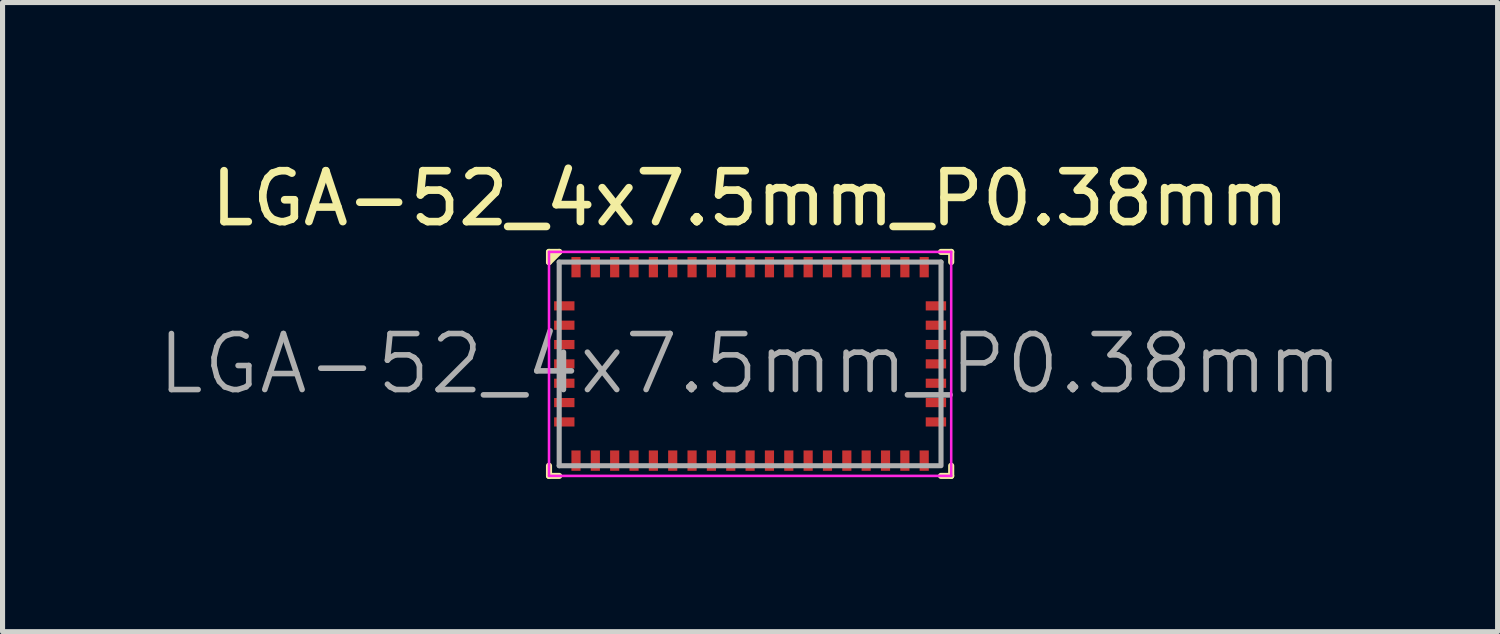
<source format=kicad_pcb>
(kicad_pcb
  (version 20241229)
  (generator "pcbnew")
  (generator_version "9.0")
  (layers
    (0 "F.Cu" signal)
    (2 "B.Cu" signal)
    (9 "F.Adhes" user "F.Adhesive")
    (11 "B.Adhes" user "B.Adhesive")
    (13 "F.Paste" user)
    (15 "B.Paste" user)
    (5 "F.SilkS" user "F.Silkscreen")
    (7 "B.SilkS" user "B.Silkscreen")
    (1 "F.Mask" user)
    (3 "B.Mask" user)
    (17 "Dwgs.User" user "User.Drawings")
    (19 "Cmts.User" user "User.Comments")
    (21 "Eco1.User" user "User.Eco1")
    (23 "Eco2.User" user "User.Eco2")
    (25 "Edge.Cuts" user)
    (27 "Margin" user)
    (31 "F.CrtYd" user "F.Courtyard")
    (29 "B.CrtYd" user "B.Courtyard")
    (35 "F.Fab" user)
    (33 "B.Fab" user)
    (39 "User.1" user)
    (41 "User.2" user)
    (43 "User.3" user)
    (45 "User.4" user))
  (footprint "LGA-52_4x7.5mm_P0.38mm"
    (layer "F.Cu")
    (at 11.684 4.098)
    (property "Reference" "LGA-52_4x7.5mm_P0.38mm" (at 0 -3.25 0) (layer "F.SilkS") (effects (font (size 1 1) (thickness 0.15))))
    (attr smd)
    (fp_line (start -3.95 -2.2) (end -3.95 -2) (stroke (width 0.12) (type solid)) (layer "F.SilkS"))
    (fp_line (start -3.95 -2.2) (end -3.75 -2.2) (stroke (width 0.12) (type solid)) (layer "F.SilkS"))
    (fp_line (start -3.95 -2) (end -3.75 -2.2) (stroke (width 0.12) (type solid)) (layer "F.SilkS"))
    (fp_line (start -3.95 2.2) (end -3.95 2) (stroke (width 0.12) (type solid)) (layer "F.SilkS"))
    (fp_line (start -3.95 2.2) (end -3.75 2.2) (stroke (width 0.12) (type solid)) (layer "F.SilkS"))
    (fp_line (start 3.95 -2.2) (end 3.75 -2.2) (stroke (width 0.12) (type solid)) (layer "F.SilkS"))
    (fp_line (start 3.95 -2.2) (end 3.95 -2) (stroke (width 0.12) (type solid)) (layer "F.SilkS"))
    (fp_line (start 3.95 2.2) (end 3.75 2.2) (stroke (width 0.12) (type solid)) (layer "F.SilkS"))
    (fp_line (start 3.95 2.2) (end 3.95 2) (stroke (width 0.12) (type solid)) (layer "F.SilkS"))
    (fp_line (start -3.95 -2.2) (end -3.95 2.2) (stroke (width 0.05) (type solid)) (layer "F.CrtYd"))
    (fp_line (start -3.95 2.2) (end 3.95 2.2) (stroke (width 0.05) (type solid)) (layer "F.CrtYd"))
    (fp_line (start 3.95 -2.2) (end -3.95 -2.2) (stroke (width 0.05) (type solid)) (layer "F.CrtYd"))
    (fp_line (start 3.95 2.2) (end 3.95 -2.2) (stroke (width 0.05) (type solid)) (layer "F.CrtYd"))
    (fp_line (start -3.75 -2) (end -3.75 2) (stroke (width 0.1) (type solid)) (layer "F.Fab"))
    (fp_line (start -3.75 2) (end 3.72 2) (stroke (width 0.1) (type solid)) (layer "F.Fab"))
    (fp_line (start 3.75 -2) (end -3.75 -2) (stroke (width 0.1) (type solid)) (layer "F.Fab"))
    (fp_line (start 3.75 2) (end 3.75 -2) (stroke (width 0.1) (type solid)) (layer "F.Fab"))
    (fp_text user "${REFERENCE}" (at 0 0 0) (layer "F.Fab") (effects (font (size 1.1 1.1) (thickness 0.11))))
    (pad "1" smd rect (at -3.75 -1.14 90) (size 0.18 0.4) (drill (offset 0 0.1)) (layers "F.Cu" "F.Mask" "F.Paste"))
    (pad "2" smd rect (at -3.75 -0.76 90) (size 0.18 0.4) (drill (offset 0 0.1)) (layers "F.Cu" "F.Mask" "F.Paste"))
    (pad "3" smd rect (at -3.75 -0.38 90) (size 0.18 0.4) (drill (offset 0 0.1)) (layers "F.Cu" "F.Mask" "F.Paste"))
    (pad "4" smd rect (at -3.75 0 90) (size 0.18 0.4) (drill (offset 0 0.1)) (layers "F.Cu" "F.Mask" "F.Paste"))
    (pad "5" smd rect (at -3.75 0.38 90) (size 0.18 0.4) (drill (offset 0 0.1)) (layers "F.Cu" "F.Mask" "F.Paste"))
    (pad "6" smd rect (at -3.75 0.76 90) (size 0.18 0.4) (drill (offset 0 0.1)) (layers "F.Cu" "F.Mask" "F.Paste"))
    (pad "7" smd rect (at -3.75 1.14 90) (size 0.18 0.4) (drill (offset 0 0.1)) (layers "F.Cu" "F.Mask" "F.Paste"))
    (pad "8" smd rect (at -3.42 2 180) (size 0.18 0.4) (drill (offset 0 0.1)) (layers "F.Cu" "F.Mask" "F.Paste"))
    (pad "9" smd rect (at -3.04 2 180) (size 0.18 0.4) (drill (offset 0 0.1)) (layers "F.Cu" "F.Mask" "F.Paste"))
    (pad "10" smd rect (at -2.66 2 180) (size 0.18 0.4) (drill (offset 0 0.1)) (layers "F.Cu" "F.Mask" "F.Paste"))
    (pad "11" smd rect (at -2.28 2 180) (size 0.18 0.4) (drill (offset 0 0.1)) (layers "F.Cu" "F.Mask" "F.Paste"))
    (pad "12" smd rect (at -1.9 2 180) (size 0.18 0.4) (drill (offset 0 0.1)) (layers "F.Cu" "F.Mask" "F.Paste"))
    (pad "13" smd rect (at -1.52 2 180) (size 0.18 0.4) (drill (offset 0 0.1)) (layers "F.Cu" "F.Mask" "F.Paste"))
    (pad "14" smd rect (at -1.14 2 180) (size 0.18 0.4) (drill (offset 0 0.1)) (layers "F.Cu" "F.Mask" "F.Paste"))
    (pad "15" smd rect (at -0.76 2 180) (size 0.18 0.4) (drill (offset 0 0.1)) (layers "F.Cu" "F.Mask" "F.Paste"))
    (pad "16" smd rect (at -0.38 2 180) (size 0.18 0.4) (drill (offset 0 0.1)) (layers "F.Cu" "F.Mask" "F.Paste"))
    (pad "17" smd rect (at 0 2 180) (size 0.18 0.4) (drill (offset 0 0.1)) (layers "F.Cu" "F.Mask" "F.Paste"))
    (pad "18" smd rect (at 0.38 2 180) (size 0.18 0.4) (drill (offset 0 0.1)) (layers "F.Cu" "F.Mask" "F.Paste"))
    (pad "19" smd rect (at 0.76 2 180) (size 0.18 0.4) (drill (offset 0 0.1)) (layers "F.Cu" "F.Mask" "F.Paste"))
    (pad "20" smd rect (at 1.14 2 180) (size 0.18 0.4) (drill (offset 0 0.1)) (layers "F.Cu" "F.Mask" "F.Paste"))
    (pad "21" smd rect (at 1.52 2 180) (size 0.18 0.4) (drill (offset 0 0.1)) (layers "F.Cu" "F.Mask" "F.Paste"))
    (pad "22" smd rect (at 1.9 2 180) (size 0.18 0.4) (drill (offset 0 0.1)) (layers "F.Cu" "F.Mask" "F.Paste"))
    (pad "23" smd rect (at 2.28 2 180) (size 0.18 0.4) (drill (offset 0 0.1)) (layers "F.Cu" "F.Mask" "F.Paste"))
    (pad "24" smd rect (at 2.66 2 180) (size 0.18 0.4) (drill (offset 0 0.1)) (layers "F.Cu" "F.Mask" "F.Paste"))
    (pad "25" smd rect (at 3.04 2 180) (size 0.18 0.4) (drill (offset 0 0.1)) (layers "F.Cu" "F.Mask" "F.Paste"))
    (pad "26" smd rect (at 3.42 2 180) (size 0.18 0.4) (drill (offset 0 0.1)) (layers "F.Cu" "F.Mask" "F.Paste"))
    (pad "27" smd rect (at 3.75 1.14 270) (size 0.18 0.4) (drill (offset 0 0.1)) (layers "F.Cu" "F.Mask" "F.Paste"))
    (pad "28" smd rect (at 3.75 0.76 270) (size 0.18 0.4) (drill (offset 0 0.1)) (layers "F.Cu" "F.Mask" "F.Paste"))
    (pad "29" smd rect (at 3.75 0.38 270) (size 0.18 0.4) (drill (offset 0 0.1)) (layers "F.Cu" "F.Mask" "F.Paste"))
    (pad "30" smd rect (at 3.75 0 270) (size 0.18 0.4) (drill (offset 0 0.1)) (layers "F.Cu" "F.Mask" "F.Paste"))
    (pad "31" smd rect (at 3.75 -0.38 270) (size 0.18 0.4) (drill (offset 0 0.1)) (layers "F.Cu" "F.Mask" "F.Paste"))
    (pad "32" smd rect (at 3.75 -0.76 270) (size 0.18 0.4) (drill (offset 0 0.1)) (layers "F.Cu" "F.Mask" "F.Paste"))
    (pad "33" smd rect (at 3.75 -1.14 270) (size 0.18 0.4) (drill (offset 0 0.1)) (layers "F.Cu" "F.Mask" "F.Paste"))
    (pad "34" smd rect (at 3.42 -2) (size 0.18 0.4) (drill (offset 0 0.1)) (layers "F.Cu" "F.Mask" "F.Paste"))
    (pad "35" smd rect (at 3.04 -2) (size 0.18 0.4) (drill (offset 0 0.1)) (layers "F.Cu" "F.Mask" "F.Paste"))
    (pad "36" smd rect (at 2.66 -2) (size 0.18 0.4) (drill (offset 0 0.1)) (layers "F.Cu" "F.Mask" "F.Paste"))
    (pad "37" smd rect (at 2.28 -2) (size 0.18 0.4) (drill (offset 0 0.1)) (layers "F.Cu" "F.Mask" "F.Paste"))
    (pad "38" smd rect (at 1.9 -2) (size 0.18 0.4) (drill (offset 0 0.1)) (layers "F.Cu" "F.Mask" "F.Paste"))
    (pad "39" smd rect (at 1.52 -2) (size 0.18 0.4) (drill (offset 0 0.1)) (layers "F.Cu" "F.Mask" "F.Paste"))
    (pad "40" smd rect (at 1.14 -2) (size 0.18 0.4) (drill (offset 0 0.1)) (layers "F.Cu" "F.Mask" "F.Paste"))
    (pad "41" smd rect (at 0.76 -2) (size 0.18 0.4) (drill (offset 0 0.1)) (layers "F.Cu" "F.Mask" "F.Paste"))
    (pad "42" smd rect (at 0.38 -2) (size 0.18 0.4) (drill (offset 0 0.1)) (layers "F.Cu" "F.Mask" "F.Paste"))
    (pad "43" smd rect (at 0 -2) (size 0.18 0.4) (drill (offset 0 0.1)) (layers "F.Cu" "F.Mask" "F.Paste"))
    (pad "44" smd rect (at -0.38 -2) (size 0.18 0.4) (drill (offset 0 0.1)) (layers "F.Cu" "F.Mask" "F.Paste"))
    (pad "45" smd rect (at -0.76 -2) (size 0.18 0.4) (drill (offset 0 0.1)) (layers "F.Cu" "F.Mask" "F.Paste"))
    (pad "46" smd rect (at -1.14 -2) (size 0.18 0.4) (drill (offset 0 0.1)) (layers "F.Cu" "F.Mask" "F.Paste"))
    (pad "47" smd rect (at -1.52 -2) (size 0.18 0.4) (drill (offset 0 0.1)) (layers "F.Cu" "F.Mask" "F.Paste"))
    (pad "48" smd rect (at -1.9 -2) (size 0.18 0.4) (drill (offset 0 0.1)) (layers "F.Cu" "F.Mask" "F.Paste"))
    (pad "49" smd rect (at -2.28 -2) (size 0.18 0.4) (drill (offset 0 0.1)) (layers "F.Cu" "F.Mask" "F.Paste"))
    (pad "50" smd rect (at -2.66 -2) (size 0.18 0.4) (drill (offset 0 0.1)) (layers "F.Cu" "F.Mask" "F.Paste"))
    (pad "51" smd rect (at -3.04 -2) (size 0.18 0.4) (drill (offset 0 0.1)) (layers "F.Cu" "F.Mask" "F.Paste"))
    (pad "52" smd rect (at -3.42 -2) (size 0.18 0.4) (drill (offset 0 0.1)) (layers "F.Cu" "F.Mask" "F.Paste")))
  (gr_rect
    (start -3 -3)
    (end 26.367 9.358)
    (stroke (width 0.1) (type default))
    (fill no)
    (layer "Edge.Cuts")))
</source>
